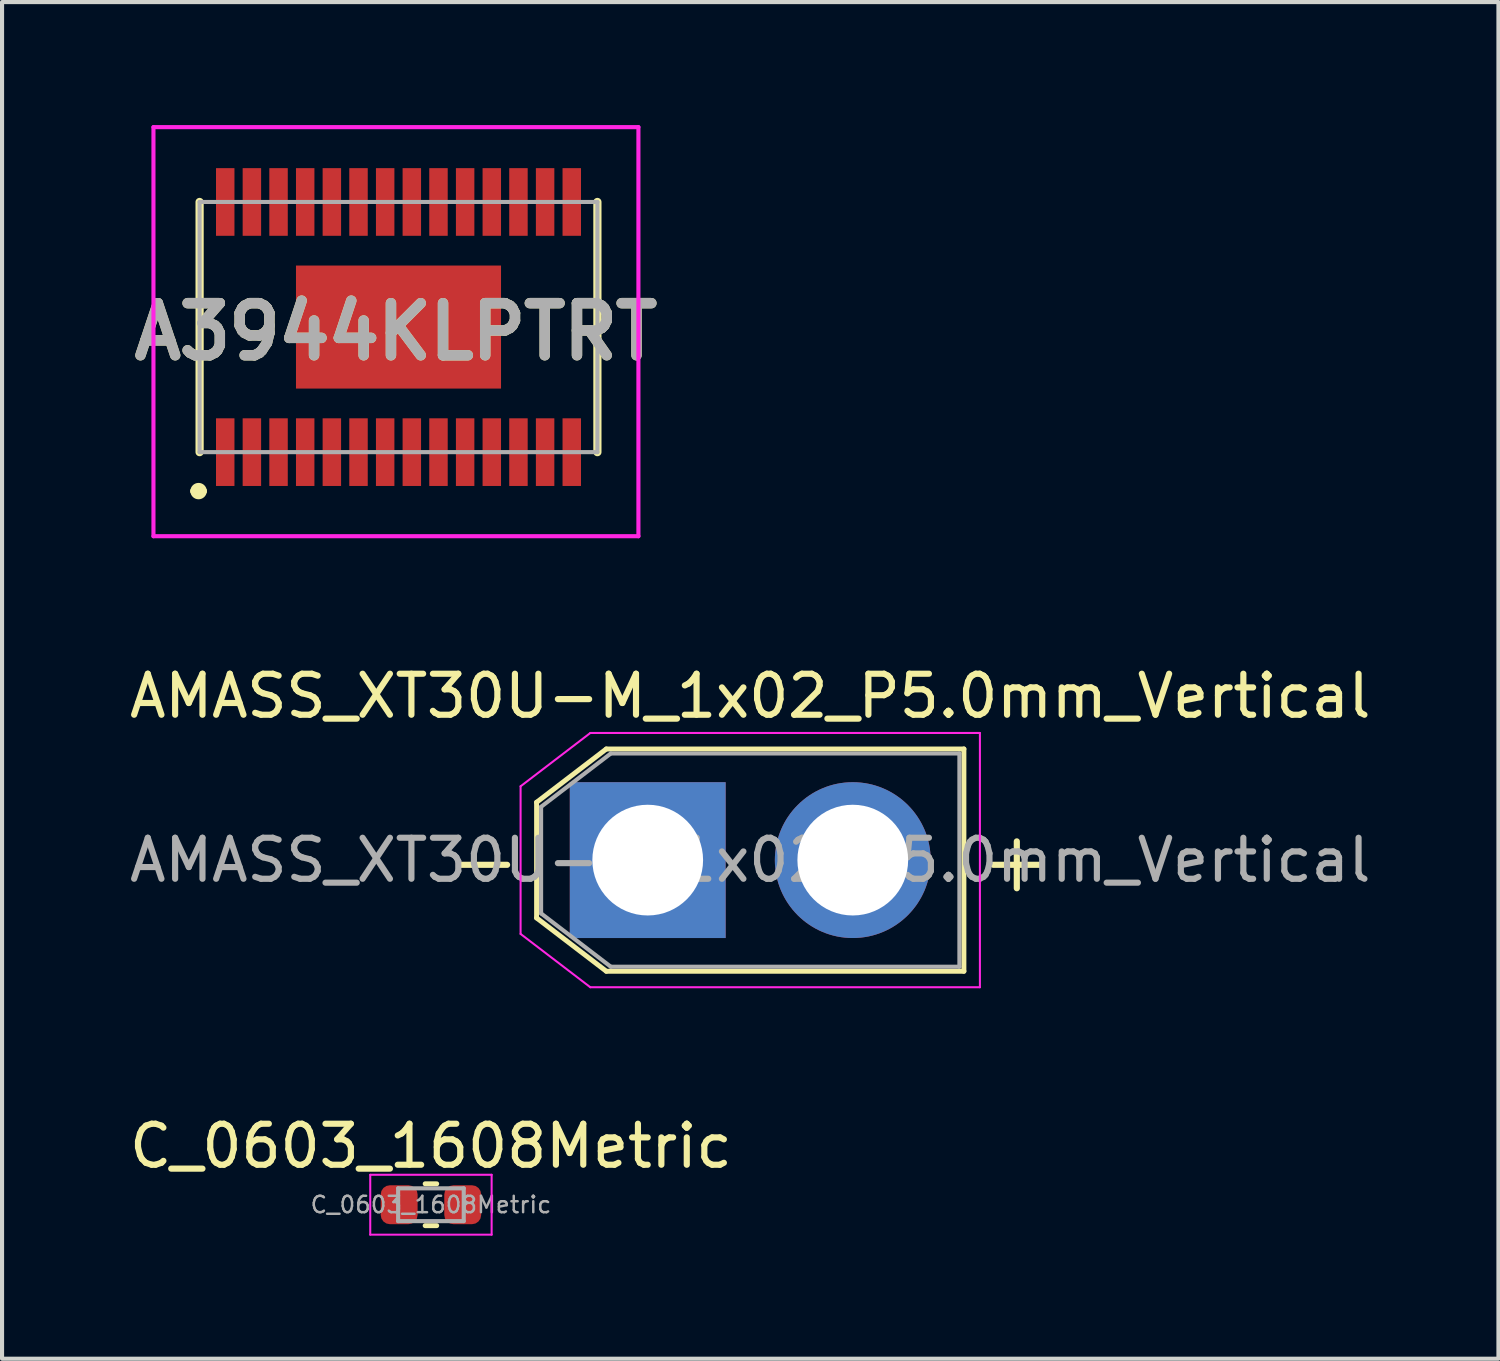
<source format=kicad_pcb>
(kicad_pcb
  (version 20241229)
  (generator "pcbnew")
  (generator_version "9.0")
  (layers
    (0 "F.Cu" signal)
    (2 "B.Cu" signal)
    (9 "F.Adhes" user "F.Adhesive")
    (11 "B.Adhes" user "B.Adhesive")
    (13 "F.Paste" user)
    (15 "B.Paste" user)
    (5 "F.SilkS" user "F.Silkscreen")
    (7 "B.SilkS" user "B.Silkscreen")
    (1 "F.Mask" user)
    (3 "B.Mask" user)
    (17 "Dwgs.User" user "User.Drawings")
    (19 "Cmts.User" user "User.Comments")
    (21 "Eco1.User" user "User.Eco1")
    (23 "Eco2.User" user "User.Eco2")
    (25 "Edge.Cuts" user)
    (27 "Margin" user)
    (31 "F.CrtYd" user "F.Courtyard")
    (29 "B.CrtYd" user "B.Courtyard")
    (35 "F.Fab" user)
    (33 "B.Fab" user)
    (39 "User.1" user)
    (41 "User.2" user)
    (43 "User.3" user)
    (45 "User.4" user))
  (footprint "C_0603_1608Metric"
    (layer "F.Cu")
    (at 7.458 26.326)
    (property "Reference" "C_0603_1608Metric" (at 0 -1.43 0) (layer "F.SilkS") (effects (font (size 1 1) (thickness 0.15))))
    (attr smd)
    (fp_line (start -0.141 -0.51) (end 0.141 -0.51) (stroke (width 0.12) (type solid)) (layer "F.SilkS"))
    (fp_line (start -0.141 0.51) (end 0.141 0.51) (stroke (width 0.12) (type solid)) (layer "F.SilkS"))
    (fp_line (start -1.48 -0.73) (end 1.48 -0.73) (stroke (width 0.05) (type solid)) (layer "F.CrtYd"))
    (fp_line (start -1.48 0.73) (end -1.48 -0.73) (stroke (width 0.05) (type solid)) (layer "F.CrtYd"))
    (fp_line (start 1.48 -0.73) (end 1.48 0.73) (stroke (width 0.05) (type solid)) (layer "F.CrtYd"))
    (fp_line (start 1.48 0.73) (end -1.48 0.73) (stroke (width 0.05) (type solid)) (layer "F.CrtYd"))
    (fp_line (start -0.8 -0.4) (end 0.8 -0.4) (stroke (width 0.1) (type solid)) (layer "F.Fab"))
    (fp_line (start -0.8 0.4) (end -0.8 -0.4) (stroke (width 0.1) (type solid)) (layer "F.Fab"))
    (fp_line (start 0.8 -0.4) (end 0.8 0.4) (stroke (width 0.1) (type solid)) (layer "F.Fab"))
    (fp_line (start 0.8 0.4) (end -0.8 0.4) (stroke (width 0.1) (type solid)) (layer "F.Fab"))
    (fp_text user "${REFERENCE}" (at 0 0 0) (layer "F.Fab") (effects (font (size 0.4 0.4) (thickness 0.06))))
    (pad "1" smd roundrect (at -0.775 0) (size 0.9 0.95) (layers "F.Cu" "F.Mask" "F.Paste") (roundrect_rratio 0.25))
    (pad "2" smd roundrect (at 0.775 0) (size 0.9 0.95) (layers "F.Cu" "F.Mask" "F.Paste") (roundrect_rratio 0.25)))
  (footprint "AMASS_XT30U-M_1x02_P5.0mm_Vertical"
    (layer "F.Cu")
    (at 12.744 17.923)
    (property "Reference" "AMASS_XT30U-M_1x02_P5.0mm_Vertical" (at 2.5 -4 0) (layer "F.SilkS") (effects (font (size 1 1) (thickness 0.15))))
    (attr through_hole)
    (fp_line (start -2.71 -1.41) (end -2.71 1.41) (stroke (width 0.12) (type solid)) (layer "F.SilkS"))
    (fp_line (start -2.71 -1.41) (end -1.01 -2.71) (stroke (width 0.12) (type solid)) (layer "F.SilkS"))
    (fp_line (start -2.71 1.41) (end -1.01 2.71) (stroke (width 0.12) (type solid)) (layer "F.SilkS"))
    (fp_line (start -1.01 -2.71) (end 7.71 -2.71) (stroke (width 0.12) (type solid)) (layer "F.SilkS"))
    (fp_line (start -1.01 2.71) (end 7.71 2.71) (stroke (width 0.12) (type solid)) (layer "F.SilkS"))
    (fp_line (start 7.71 -2.71) (end 7.71 2.71) (stroke (width 0.12) (type solid)) (layer "F.SilkS"))
    (fp_line (start -3.1 -1.8) (end -3.1 1.8) (stroke (width 0.05) (type solid)) (layer "F.CrtYd"))
    (fp_line (start -3.1 -1.8) (end -1.4 -3.1) (stroke (width 0.05) (type solid)) (layer "F.CrtYd"))
    (fp_line (start -3.1 1.8) (end -1.4 3.1) (stroke (width 0.05) (type solid)) (layer "F.CrtYd"))
    (fp_line (start -1.4 -3.1) (end 8.1 -3.1) (stroke (width 0.05) (type solid)) (layer "F.CrtYd"))
    (fp_line (start -1.4 3.1) (end 8.1 3.1) (stroke (width 0.05) (type solid)) (layer "F.CrtYd"))
    (fp_line (start 8.1 -3.1) (end 8.1 3.1) (stroke (width 0.05) (type solid)) (layer "F.CrtYd"))
    (fp_line (start -2.6 -1.3) (end -2.6 1.3) (stroke (width 0.1) (type solid)) (layer "F.Fab"))
    (fp_line (start -2.6 -1.3) (end -0.9 -2.6) (stroke (width 0.1) (type solid)) (layer "F.Fab"))
    (fp_line (start -2.6 1.3) (end -0.9 2.6) (stroke (width 0.1) (type solid)) (layer "F.Fab"))
    (fp_line (start -0.9 -2.6) (end 7.6 -2.6) (stroke (width 0.1) (type solid)) (layer "F.Fab"))
    (fp_line (start -0.9 2.6) (end 7.6 2.6) (stroke (width 0.1) (type solid)) (layer "F.Fab"))
    (fp_line (start 7.6 -2.6) (end 7.6 2.6) (stroke (width 0.1) (type solid)) (layer "F.Fab"))
    (fp_text user "+" (at 9 0 0) (layer "F.SilkS") (effects (font (size 1.5 1.5) (thickness 0.15))))
    (fp_text user "-" (at -4 0 0) (layer "F.SilkS") (effects (font (size 1.5 1.5) (thickness 0.15))))
    (fp_text user "${REFERENCE}" (at 2.5 0 0) (layer "F.Fab") (effects (font (size 1 1) (thickness 0.15))))
    (pad "1" thru_hole rect (at 0 0) (size 3.8 3.8) (drill 2.7) (layers "*.Cu" "*.Mask"))
    (pad "2" thru_hole circle (at 5 0) (size 3.8 3.8) (drill 2.7) (layers "*.Cu" "*.Mask")))
  (footprint "A3944KLPTRT"
    (layer "F.Cu")
    (at 6.667 4.925)
    (property "Reference" "A3944KLPTRT" (at -0.063 0.113 0) (layer "F.SilkS") (effects (font (size 1.27 1.27) (thickness 0.254))))
    (attr smd)
    (fp_line (start -4.975 4) (end -4.975 4) (stroke (width 0.2) (type solid)) (layer "F.SilkS"))
    (fp_line (start -4.85 -3.05) (end -4.85 3.05) (stroke (width 0.2) (type solid)) (layer "F.SilkS"))
    (fp_line (start -4.775 4) (end -4.775 4) (stroke (width 0.2) (type solid)) (layer "F.SilkS"))
    (fp_line (start 4.85 -3.05) (end 4.85 3.05) (stroke (width 0.2) (type solid)) (layer "F.SilkS"))
    (fp_arc (start -4.975 4) (mid -4.875 3.9) (end -4.775 4) (stroke (width 0.2) (type solid)) (layer "F.SilkS"))
    (fp_arc (start -4.775 4) (mid -4.875 4.1) (end -4.975 4) (stroke (width 0.2) (type solid)) (layer "F.SilkS"))
    (fp_line (start -5.975 -4.875) (end 5.85 -4.875) (stroke (width 0.1) (type solid)) (layer "F.CrtYd"))
    (fp_line (start -5.975 5.1) (end -5.975 -4.875) (stroke (width 0.1) (type solid)) (layer "F.CrtYd"))
    (fp_line (start 5.85 -4.875) (end 5.85 5.1) (stroke (width 0.1) (type solid)) (layer "F.CrtYd"))
    (fp_line (start 5.85 5.1) (end -5.975 5.1) (stroke (width 0.1) (type solid)) (layer "F.CrtYd"))
    (fp_line (start -4.85 -3.05) (end 4.85 -3.05) (stroke (width 0.1) (type solid)) (layer "F.Fab"))
    (fp_line (start -4.85 3.05) (end -4.85 -3.05) (stroke (width 0.1) (type solid)) (layer "F.Fab"))
    (fp_line (start 4.85 -3.05) (end 4.85 3.05) (stroke (width 0.1) (type solid)) (layer "F.Fab"))
    (fp_line (start 4.85 3.05) (end -4.85 3.05) (stroke (width 0.1) (type solid)) (layer "F.Fab"))
    (fp_text user "${REFERENCE}" (at -0.063 0.113 0) (layer "F.Fab") (effects (font (size 1.27 1.27) (thickness 0.254))))
    (pad "1" smd rect (at -4.225 3.05) (size 0.45 1.65) (layers "F.Cu" "F.Mask" "F.Paste"))
    (pad "2" smd rect (at -3.575 3.05) (size 0.45 1.65) (layers "F.Cu" "F.Mask" "F.Paste"))
    (pad "3" smd rect (at -2.925 3.05) (size 0.45 1.65) (layers "F.Cu" "F.Mask" "F.Paste"))
    (pad "4" smd rect (at -2.275 3.05) (size 0.45 1.65) (layers "F.Cu" "F.Mask" "F.Paste"))
    (pad "5" smd rect (at -1.625 3.05) (size 0.45 1.65) (layers "F.Cu" "F.Mask" "F.Paste"))
    (pad "6" smd rect (at -0.975 3.05) (size 0.45 1.65) (layers "F.Cu" "F.Mask" "F.Paste"))
    (pad "7" smd rect (at -0.325 3.05) (size 0.45 1.65) (layers "F.Cu" "F.Mask" "F.Paste"))
    (pad "8" smd rect (at 0.325 3.05) (size 0.45 1.65) (layers "F.Cu" "F.Mask" "F.Paste"))
    (pad "9" smd rect (at 0.975 3.05) (size 0.45 1.65) (layers "F.Cu" "F.Mask" "F.Paste"))
    (pad "10" smd rect (at 1.625 3.05) (size 0.45 1.65) (layers "F.Cu" "F.Mask" "F.Paste"))
    (pad "11" smd rect (at 2.275 3.05) (size 0.45 1.65) (layers "F.Cu" "F.Mask" "F.Paste"))
    (pad "12" smd rect (at 2.925 3.05) (size 0.45 1.65) (layers "F.Cu" "F.Mask" "F.Paste"))
    (pad "13" smd rect (at 3.575 3.05) (size 0.45 1.65) (layers "F.Cu" "F.Mask" "F.Paste"))
    (pad "14" smd rect (at 4.225 3.05) (size 0.45 1.65) (layers "F.Cu" "F.Mask" "F.Paste"))
    (pad "15" smd rect (at 4.225 -3.05) (size 0.45 1.65) (layers "F.Cu" "F.Mask" "F.Paste"))
    (pad "16" smd rect (at 3.575 -3.05) (size 0.45 1.65) (layers "F.Cu" "F.Mask" "F.Paste"))
    (pad "17" smd rect (at 2.925 -3.05) (size 0.45 1.65) (layers "F.Cu" "F.Mask" "F.Paste"))
    (pad "18" smd rect (at 2.275 -3.05) (size 0.45 1.65) (layers "F.Cu" "F.Mask" "F.Paste"))
    (pad "19" smd rect (at 1.625 -3.05) (size 0.45 1.65) (layers "F.Cu" "F.Mask" "F.Paste"))
    (pad "20" smd rect (at 0.975 -3.05) (size 0.45 1.65) (layers "F.Cu" "F.Mask" "F.Paste"))
    (pad "21" smd rect (at 0.325 -3.05) (size 0.45 1.65) (layers "F.Cu" "F.Mask" "F.Paste"))
    (pad "22" smd rect (at -0.325 -3.05) (size 0.45 1.65) (layers "F.Cu" "F.Mask" "F.Paste"))
    (pad "23" smd rect (at -0.975 -3.05) (size 0.45 1.65) (layers "F.Cu" "F.Mask" "F.Paste"))
    (pad "24" smd rect (at -1.625 -3.05) (size 0.45 1.65) (layers "F.Cu" "F.Mask" "F.Paste"))
    (pad "25" smd rect (at -2.275 -3.05) (size 0.45 1.65) (layers "F.Cu" "F.Mask" "F.Paste"))
    (pad "26" smd rect (at -2.925 -3.05) (size 0.45 1.65) (layers "F.Cu" "F.Mask" "F.Paste"))
    (pad "27" smd rect (at -3.575 -3.05) (size 0.45 1.65) (layers "F.Cu" "F.Mask" "F.Paste"))
    (pad "28" smd rect (at -4.225 -3.05) (size 0.45 1.65) (layers "F.Cu" "F.Mask" "F.Paste"))
    (pad "29" smd rect (at 0 0 90) (size 3 5) (layers "F.Cu" "F.Mask" "F.Paste")))
  (gr_rect
    (start -3 -3)
    (end 33.488 30.081)
    (stroke (width 0.1) (type default))
    (fill no)
    (layer "Edge.Cuts")))
</source>
